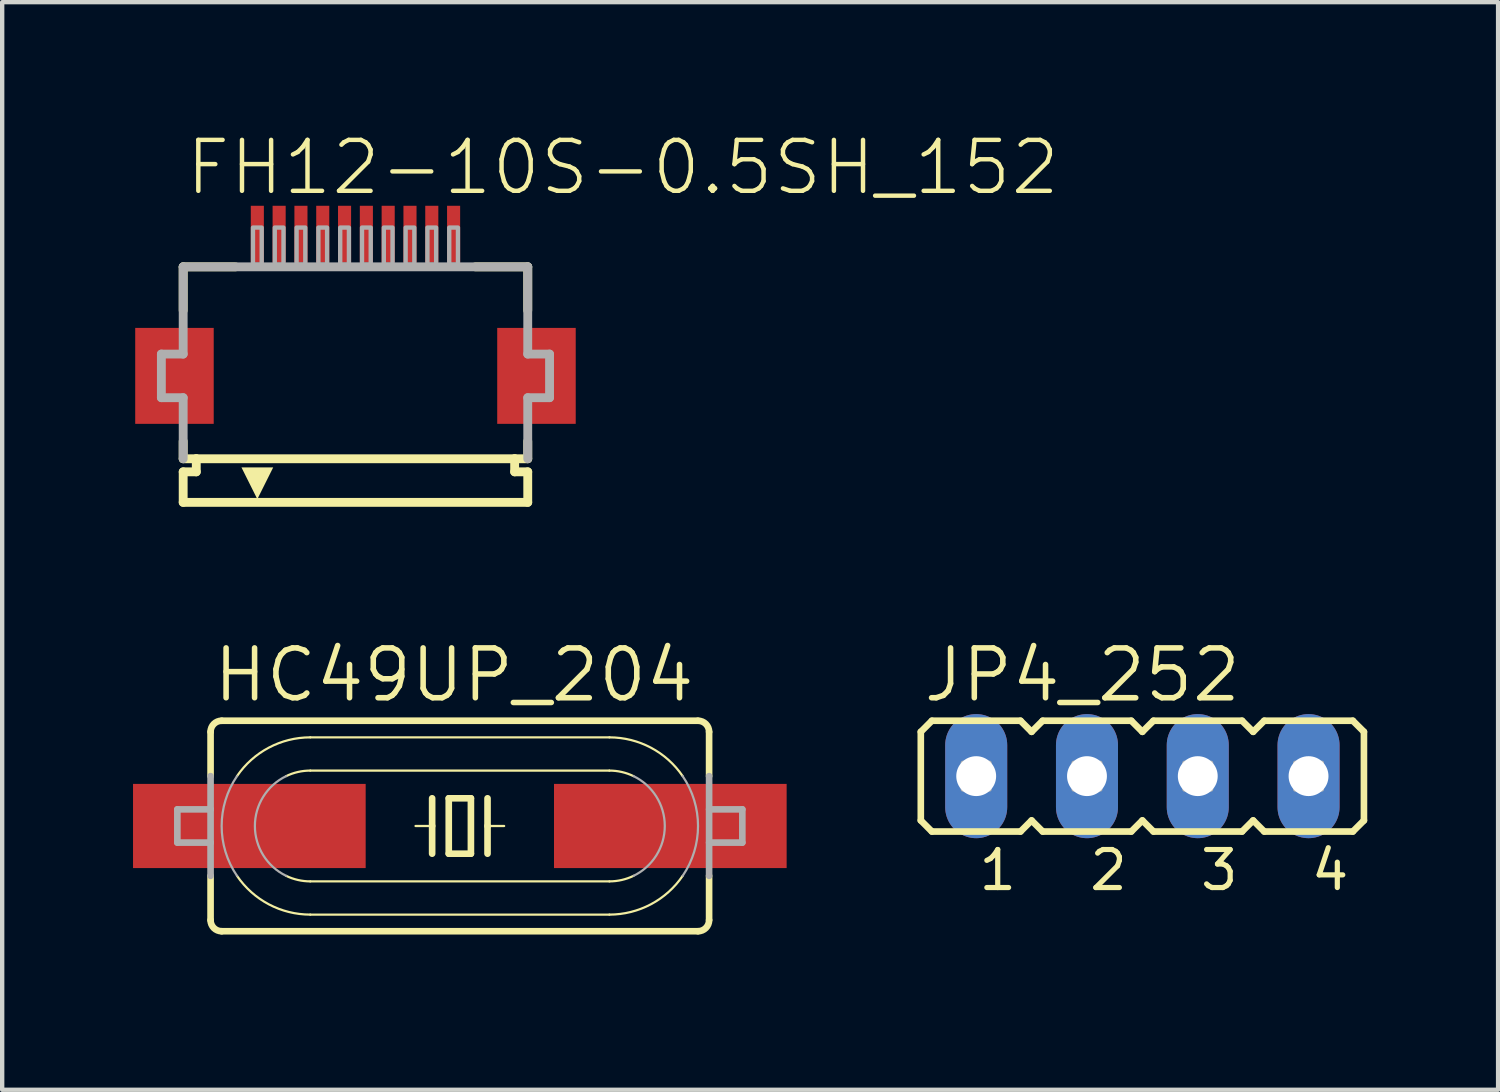
<source format=kicad_pcb>
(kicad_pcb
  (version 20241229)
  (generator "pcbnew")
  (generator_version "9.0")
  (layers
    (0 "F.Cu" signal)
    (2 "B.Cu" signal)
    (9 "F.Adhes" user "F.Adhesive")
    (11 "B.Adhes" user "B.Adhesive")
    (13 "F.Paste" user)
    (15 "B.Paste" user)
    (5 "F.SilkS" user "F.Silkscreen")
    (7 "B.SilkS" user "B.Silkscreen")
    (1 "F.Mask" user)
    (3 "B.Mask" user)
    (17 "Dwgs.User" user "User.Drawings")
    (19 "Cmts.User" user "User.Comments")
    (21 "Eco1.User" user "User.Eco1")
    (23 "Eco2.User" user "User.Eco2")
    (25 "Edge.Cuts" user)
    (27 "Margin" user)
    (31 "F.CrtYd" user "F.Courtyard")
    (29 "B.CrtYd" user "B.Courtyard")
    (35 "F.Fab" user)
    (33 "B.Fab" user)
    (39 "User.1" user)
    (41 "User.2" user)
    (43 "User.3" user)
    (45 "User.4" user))
  (footprint "FH12-10S-0.5SH_152"
    (layer "F.Cu")
    (at 5.1 5.568)
    (property "Reference" "FH12-10S-0.5SH_152" (at -3.948 -4.095 0) (unlocked yes) (layer "F.SilkS") (effects (font (size 1.168 1.168) (thickness 0.102)) (justify left bottom)))
    (fp_poly (pts (xy -3.25 -1.1) (xy -5.05 -1.1) (xy -5.05 1.1) (xy -3.25 1.1)) (stroke (width 0) (type default)) (fill yes) (layer "F.Cu"))
    (fp_poly (pts (xy 5.05 -1.1) (xy 3.25 -1.1) (xy 3.25 1.1) (xy 5.05 1.1)) (stroke (width 0) (type default)) (fill yes) (layer "F.Cu"))
    (fp_poly (pts (xy -3.2 -1.175) (xy -5.1 -1.175) (xy -5.1 1.175) (xy -3.2 1.175)) (stroke (width 0) (type default)) (fill yes) (layer "F.Mask"))
    (fp_poly (pts (xy -2.45 -2.55) (xy -2.05 -2.55) (xy -2.05 -3.95) (xy -2.45 -3.95)) (stroke (width 0) (type default)) (fill yes) (layer "F.Mask"))
    (fp_poly (pts (xy -1.95 -2.55) (xy -1.55 -2.55) (xy -1.55 -3.95) (xy -1.95 -3.95)) (stroke (width 0) (type default)) (fill yes) (layer "F.Mask"))
    (fp_poly (pts (xy -1.45 -2.55) (xy -1.05 -2.55) (xy -1.05 -3.95) (xy -1.45 -3.95)) (stroke (width 0) (type default)) (fill yes) (layer "F.Mask"))
    (fp_poly (pts (xy -0.95 -2.55) (xy -0.55 -2.55) (xy -0.55 -3.95) (xy -0.95 -3.95)) (stroke (width 0) (type default)) (fill yes) (layer "F.Mask"))
    (fp_poly (pts (xy -0.45 -2.55) (xy -0.05 -2.55) (xy -0.05 -3.95) (xy -0.45 -3.95)) (stroke (width 0) (type default)) (fill yes) (layer "F.Mask"))
    (fp_poly (pts (xy 0.05 -2.55) (xy 0.45 -2.55) (xy 0.45 -3.95) (xy 0.05 -3.95)) (stroke (width 0) (type default)) (fill yes) (layer "F.Mask"))
    (fp_poly (pts (xy 0.55 -2.55) (xy 0.95 -2.55) (xy 0.95 -3.95) (xy 0.55 -3.95)) (stroke (width 0) (type default)) (fill yes) (layer "F.Mask"))
    (fp_poly (pts (xy 1.05 -2.55) (xy 1.45 -2.55) (xy 1.45 -3.95) (xy 1.05 -3.95)) (stroke (width 0) (type default)) (fill yes) (layer "F.Mask"))
    (fp_poly (pts (xy 1.55 -2.55) (xy 1.95 -2.55) (xy 1.95 -3.95) (xy 1.55 -3.95)) (stroke (width 0) (type default)) (fill yes) (layer "F.Mask"))
    (fp_poly (pts (xy 2.05 -2.55) (xy 2.45 -2.55) (xy 2.45 -3.95) (xy 2.05 -3.95)) (stroke (width 0) (type default)) (fill yes) (layer "F.Mask"))
    (fp_poly (pts (xy 5.1 -1.175) (xy 3.2 -1.175) (xy 3.2 1.175) (xy 5.1 1.175)) (stroke (width 0) (type default)) (fill yes) (layer "F.Mask"))
    (fp_line (start -3.95 -2.5) (end -3.95 -1.5) (stroke (width 0.203) (type solid)) (layer "F.SilkS"))
    (fp_line (start -3.95 1.5) (end -3.95 1.9) (stroke (width 0.203) (type solid)) (layer "F.SilkS"))
    (fp_line (start -3.95 1.9) (end -3.65 1.9) (stroke (width 0.203) (type solid)) (layer "F.SilkS"))
    (fp_line (start -3.95 2.2) (end -3.95 2.9) (stroke (width 0.203) (type solid)) (layer "F.SilkS"))
    (fp_line (start -3.65 1.9) (end -3.65 2.2) (stroke (width 0.203) (type solid)) (layer "F.SilkS"))
    (fp_line (start -3.65 2.2) (end -3.95 2.2) (stroke (width 0.203) (type solid)) (layer "F.SilkS"))
    (fp_line (start -2.75 -2.5) (end -3.95 -2.5) (stroke (width 0.203) (type solid)) (layer "F.SilkS"))
    (fp_line (start 3.65 1.9) (end -3.65 1.9) (stroke (width 0.203) (type solid)) (layer "F.SilkS"))
    (fp_line (start 3.65 1.9) (end 3.95 1.9) (stroke (width 0.203) (type solid)) (layer "F.SilkS"))
    (fp_line (start 3.65 2.2) (end 3.65 1.9) (stroke (width 0.203) (type solid)) (layer "F.SilkS"))
    (fp_line (start 3.95 -2.5) (end 2.75 -2.5) (stroke (width 0.203) (type solid)) (layer "F.SilkS"))
    (fp_line (start 3.95 -1.5) (end 3.95 -2.5) (stroke (width 0.203) (type solid)) (layer "F.SilkS"))
    (fp_line (start 3.95 1.9) (end 3.95 1.5) (stroke (width 0.203) (type solid)) (layer "F.SilkS"))
    (fp_line (start 3.95 2.2) (end 3.65 2.2) (stroke (width 0.203) (type solid)) (layer "F.SilkS"))
    (fp_line (start 3.95 2.9) (end -3.95 2.9) (stroke (width 0.203) (type solid)) (layer "F.SilkS"))
    (fp_line (start 3.95 2.9) (end 3.95 2.2) (stroke (width 0.203) (type solid)) (layer "F.SilkS"))
    (fp_poly (pts (xy -2.25 2.827) (xy -2.614 2.098) (xy -1.886 2.098)) (stroke (width 0) (type default)) (fill yes) (layer "F.SilkS"))
    (fp_poly (pts (xy -3.325 -1.025) (xy -4.975 -1.025) (xy -4.975 1.025) (xy -3.325 1.025)) (stroke (width 0) (type default)) (fill yes) (layer "F.Paste"))
    (fp_poly (pts (xy -2.375 -2.625) (xy -2.125 -2.625) (xy -2.125 -3.875) (xy -2.375 -3.875)) (stroke (width 0) (type default)) (fill yes) (layer "F.Paste"))
    (fp_poly (pts (xy -1.875 -2.625) (xy -1.625 -2.625) (xy -1.625 -3.875) (xy -1.875 -3.875)) (stroke (width 0) (type default)) (fill yes) (layer "F.Paste"))
    (fp_poly (pts (xy -1.375 -2.625) (xy -1.125 -2.625) (xy -1.125 -3.875) (xy -1.375 -3.875)) (stroke (width 0) (type default)) (fill yes) (layer "F.Paste"))
    (fp_poly (pts (xy -0.875 -2.625) (xy -0.625 -2.625) (xy -0.625 -3.875) (xy -0.875 -3.875)) (stroke (width 0) (type default)) (fill yes) (layer "F.Paste"))
    (fp_poly (pts (xy -0.375 -2.625) (xy -0.125 -2.625) (xy -0.125 -3.875) (xy -0.375 -3.875)) (stroke (width 0) (type default)) (fill yes) (layer "F.Paste"))
    (fp_poly (pts (xy 0.125 -2.625) (xy 0.375 -2.625) (xy 0.375 -3.875) (xy 0.125 -3.875)) (stroke (width 0) (type default)) (fill yes) (layer "F.Paste"))
    (fp_poly (pts (xy 0.625 -2.625) (xy 0.875 -2.625) (xy 0.875 -3.875) (xy 0.625 -3.875)) (stroke (width 0) (type default)) (fill yes) (layer "F.Paste"))
    (fp_poly (pts (xy 1.125 -2.625) (xy 1.375 -2.625) (xy 1.375 -3.875) (xy 1.125 -3.875)) (stroke (width 0) (type default)) (fill yes) (layer "F.Paste"))
    (fp_poly (pts (xy 1.625 -2.625) (xy 1.875 -2.625) (xy 1.875 -3.875) (xy 1.625 -3.875)) (stroke (width 0) (type default)) (fill yes) (layer "F.Paste"))
    (fp_poly (pts (xy 2.125 -2.625) (xy 2.375 -2.625) (xy 2.375 -3.875) (xy 2.125 -3.875)) (stroke (width 0) (type default)) (fill yes) (layer "F.Paste"))
    (fp_poly (pts (xy 4.975 -1.025) (xy 3.325 -1.025) (xy 3.325 1.025) (xy 4.975 1.025)) (stroke (width 0) (type default)) (fill yes) (layer "F.Paste"))
    (fp_line (start -4.45 -0.5) (end -4.45 0.5) (stroke (width 0.203) (type solid)) (layer "F.Fab"))
    (fp_line (start -4.45 0.5) (end -3.95 0.5) (stroke (width 0.203) (type solid)) (layer "F.Fab"))
    (fp_line (start -3.95 -2.5) (end -3.95 -0.5) (stroke (width 0.203) (type solid)) (layer "F.Fab"))
    (fp_line (start -3.95 -0.5) (end -4.45 -0.5) (stroke (width 0.203) (type solid)) (layer "F.Fab"))
    (fp_line (start -3.95 0.5) (end -3.95 1.9) (stroke (width 0.203) (type solid)) (layer "F.Fab"))
    (fp_line (start 3.95 -2.5) (end -3.95 -2.5) (stroke (width 0.203) (type solid)) (layer "F.Fab"))
    (fp_line (start 3.95 -0.5) (end 3.95 -2.5) (stroke (width 0.203) (type solid)) (layer "F.Fab"))
    (fp_line (start 3.95 0.5) (end 4.45 0.5) (stroke (width 0.203) (type solid)) (layer "F.Fab"))
    (fp_line (start 3.95 1.9) (end 3.95 0.5) (stroke (width 0.203) (type solid)) (layer "F.Fab"))
    (fp_line (start 4.45 -0.5) (end 3.95 -0.5) (stroke (width 0.203) (type solid)) (layer "F.Fab"))
    (fp_line (start 4.45 0.5) (end 4.45 -0.5) (stroke (width 0.203) (type solid)) (layer "F.Fab"))
    (fp_poly (pts (xy -2.35 -2.55) (xy -2.15 -2.55) (xy -2.15 -3.4) (xy -2.35 -3.4)) (stroke (width 0.1) (type default)) (fill no) (layer "F.Fab"))
    (fp_poly (pts (xy -1.85 -2.55) (xy -1.65 -2.55) (xy -1.65 -3.4) (xy -1.85 -3.4)) (stroke (width 0.1) (type default)) (fill no) (layer "F.Fab"))
    (fp_poly (pts (xy -1.35 -2.55) (xy -1.15 -2.55) (xy -1.15 -3.4) (xy -1.35 -3.4)) (stroke (width 0.1) (type default)) (fill no) (layer "F.Fab"))
    (fp_poly (pts (xy -0.85 -2.55) (xy -0.65 -2.55) (xy -0.65 -3.4) (xy -0.85 -3.4)) (stroke (width 0.1) (type default)) (fill no) (layer "F.Fab"))
    (fp_poly (pts (xy -0.35 -2.55) (xy -0.15 -2.55) (xy -0.15 -3.4) (xy -0.35 -3.4)) (stroke (width 0.1) (type default)) (fill no) (layer "F.Fab"))
    (fp_poly (pts (xy 0.15 -2.55) (xy 0.35 -2.55) (xy 0.35 -3.4) (xy 0.15 -3.4)) (stroke (width 0.1) (type default)) (fill no) (layer "F.Fab"))
    (fp_poly (pts (xy 0.65 -2.55) (xy 0.85 -2.55) (xy 0.85 -3.4) (xy 0.65 -3.4)) (stroke (width 0.1) (type default)) (fill no) (layer "F.Fab"))
    (fp_poly (pts (xy 1.15 -2.55) (xy 1.35 -2.55) (xy 1.35 -3.4) (xy 1.15 -3.4)) (stroke (width 0.1) (type default)) (fill no) (layer "F.Fab"))
    (fp_poly (pts (xy 1.65 -2.55) (xy 1.85 -2.55) (xy 1.85 -3.4) (xy 1.65 -3.4)) (stroke (width 0.1) (type default)) (fill no) (layer "F.Fab"))
    (fp_poly (pts (xy 2.15 -2.55) (xy 2.35 -2.55) (xy 2.35 -3.4) (xy 2.15 -3.4)) (stroke (width 0.1) (type default)) (fill no) (layer "F.Fab"))
    (pad "1" smd rect (at -2.25 -3.25) (size 0.3 1.3) (layers "F.Cu"))
    (pad "2" smd rect (at -1.75 -3.25) (size 0.3 1.3) (layers "F.Cu"))
    (pad "3" smd rect (at -1.25 -3.25) (size 0.3 1.3) (layers "F.Cu"))
    (pad "4" smd rect (at -0.75 -3.25) (size 0.3 1.3) (layers "F.Cu"))
    (pad "5" smd rect (at -0.25 -3.25) (size 0.3 1.3) (layers "F.Cu"))
    (pad "6" smd rect (at 0.25 -3.25) (size 0.3 1.3) (layers "F.Cu"))
    (pad "7" smd rect (at 0.75 -3.25) (size 0.3 1.3) (layers "F.Cu"))
    (pad "8" smd rect (at 1.25 -3.25) (size 0.3 1.3) (layers "F.Cu"))
    (pad "9" smd rect (at 1.75 -3.25) (size 0.3 1.3) (layers "F.Cu"))
    (pad "10" smd rect (at 2.25 -3.25) (size 0.3 1.3) (layers "F.Cu")))
  (footprint "HC49UP_204"
    (layer "F.Cu")
    (at 7.493 15.888)
    (property "Reference" "HC49UP_204" (at -5.715 -2.794 0) (unlocked yes) (layer "F.SilkS") (effects (font (size 1.143 1.143) (thickness 0.127)) (justify left bottom)))
    (fp_line (start -5.715 -1.143) (end -5.715 -2.159) (stroke (width 0.152) (type solid)) (layer "F.SilkS"))
    (fp_line (start -5.715 2.159) (end -5.715 1.143) (stroke (width 0.152) (type solid)) (layer "F.SilkS"))
    (fp_line (start -3.429 -2.032) (end 3.429 -2.032) (stroke (width 0.051) (type solid)) (layer "F.SilkS"))
    (fp_line (start -3.429 -1.27) (end 3.429 -1.27) (stroke (width 0.051) (type solid)) (layer "F.SilkS"))
    (fp_line (start -0.635 -0.635) (end -0.635 0) (stroke (width 0.152) (type solid)) (layer "F.SilkS"))
    (fp_line (start -0.635 0) (end -1.016 0) (stroke (width 0.051) (type solid)) (layer "F.SilkS"))
    (fp_line (start -0.635 0) (end -0.635 0.635) (stroke (width 0.152) (type solid)) (layer "F.SilkS"))
    (fp_line (start -0.254 -0.635) (end -0.254 0.635) (stroke (width 0.152) (type solid)) (layer "F.SilkS"))
    (fp_line (start -0.254 0.635) (end 0.254 0.635) (stroke (width 0.152) (type solid)) (layer "F.SilkS"))
    (fp_line (start 0.254 -0.635) (end -0.254 -0.635) (stroke (width 0.152) (type solid)) (layer "F.SilkS"))
    (fp_line (start 0.254 0.635) (end 0.254 -0.635) (stroke (width 0.152) (type solid)) (layer "F.SilkS"))
    (fp_line (start 0.635 -0.635) (end 0.635 0) (stroke (width 0.152) (type solid)) (layer "F.SilkS"))
    (fp_line (start 0.635 0) (end 0.635 0.635) (stroke (width 0.152) (type solid)) (layer "F.SilkS"))
    (fp_line (start 0.635 0) (end 1.016 0) (stroke (width 0.051) (type solid)) (layer "F.SilkS"))
    (fp_line (start 3.429 1.27) (end -3.429 1.27) (stroke (width 0.051) (type solid)) (layer "F.SilkS"))
    (fp_line (start 3.429 2.032) (end -3.429 2.032) (stroke (width 0.051) (type solid)) (layer "F.SilkS"))
    (fp_line (start 5.461 -2.413) (end -5.461 -2.413) (stroke (width 0.152) (type solid)) (layer "F.SilkS"))
    (fp_line (start 5.461 2.413) (end -5.461 2.413) (stroke (width 0.152) (type solid)) (layer "F.SilkS"))
    (fp_line (start 5.715 -1.143) (end 5.715 -2.159) (stroke (width 0.152) (type solid)) (layer "F.SilkS"))
    (fp_line (start 5.715 2.159) (end 5.715 1.143) (stroke (width 0.152) (type solid)) (layer "F.SilkS"))
    (fp_arc (start -5.715 -2.159) (mid -5.640605 -2.338605) (end -5.461 -2.413) (stroke (width 0.1524) (type solid)) (layer "F.SilkS"))
    (fp_arc (start -5.461 2.413) (mid -5.640605 2.338605) (end -5.715 2.159) (stroke (width 0.1524) (type solid)) (layer "F.SilkS"))
    (fp_arc (start -5.1091 -1.143) (mid -4.379417 -1.796107) (end -3.429 -2.032101) (stroke (width 0.0508) (type solid)) (layer "F.SilkS"))
    (fp_arc (start -3.9826 -1.143) (mid -3.712991 -1.237845) (end -3.429 -1.27) (stroke (width 0.0508) (type solid)) (layer "F.SilkS"))
    (fp_arc (start -3.429 1.27) (mid -3.712991 1.237845) (end -3.9826 1.143) (stroke (width 0.0508) (type solid)) (layer "F.SilkS"))
    (fp_arc (start -3.429 2.032001) (mid -4.379408 1.796063) (end -5.1091 1.143) (stroke (width 0.0508) (type solid)) (layer "F.SilkS"))
    (fp_arc (start 3.429 -2.032) (mid 4.379408 -1.796062) (end 5.1091 -1.142999) (stroke (width 0.0508) (type solid)) (layer "F.SilkS"))
    (fp_arc (start 3.429 -1.27) (mid 3.712991 -1.237845) (end 3.9826 -1.143) (stroke (width 0.0508) (type solid)) (layer "F.SilkS"))
    (fp_arc (start 3.9826 1.143) (mid 3.712991 1.237845) (end 3.429 1.27) (stroke (width 0.0508) (type solid)) (layer "F.SilkS"))
    (fp_arc (start 5.109 1.142899) (mid 4.379368 1.795994) (end 3.429 2.032) (stroke (width 0.0508) (type solid)) (layer "F.SilkS"))
    (fp_arc (start 5.461 -2.413) (mid 5.640605 -2.338605) (end 5.715 -2.159) (stroke (width 0.1524) (type solid)) (layer "F.SilkS"))
    (fp_arc (start 5.715 2.159) (mid 5.640605 2.338605) (end 5.461 2.413) (stroke (width 0.1524) (type solid)) (layer "F.SilkS"))
    (fp_line (start -6.477 0.381) (end -6.477 -0.381) (stroke (width 0.152) (type solid)) (layer "F.Fab"))
    (fp_line (start -5.715 -0.381) (end -6.477 -0.381) (stroke (width 0.152) (type solid)) (layer "F.Fab"))
    (fp_line (start -5.715 -0.381) (end -5.715 -1.143) (stroke (width 0.152) (type solid)) (layer "F.Fab"))
    (fp_line (start -5.715 0.381) (end -6.477 0.381) (stroke (width 0.152) (type solid)) (layer "F.Fab"))
    (fp_line (start -5.715 0.381) (end -5.715 -0.381) (stroke (width 0.152) (type solid)) (layer "F.Fab"))
    (fp_line (start -5.715 1.143) (end -5.715 0.381) (stroke (width 0.152) (type solid)) (layer "F.Fab"))
    (fp_line (start 5.715 -0.381) (end 6.477 -0.381) (stroke (width 0.152) (type solid)) (layer "F.Fab"))
    (fp_line (start 5.715 0.381) (end 6.477 0.381) (stroke (width 0.152) (type solid)) (layer "F.Fab"))
    (fp_line (start 5.715 1.143) (end 5.715 -1.143) (stroke (width 0.152) (type solid)) (layer "F.Fab"))
    (fp_line (start 6.477 0.381) (end 6.477 -0.381) (stroke (width 0.152) (type solid)) (layer "F.Fab"))
    (fp_arc (start -5.1091 1.143) (mid -5.46104 0) (end -5.1091 -1.143) (stroke (width 0.0508) (type solid)) (layer "F.Fab"))
    (fp_arc (start -3.9826 1.143) (mid -4.699009 0) (end -3.9826 -1.143) (stroke (width 0.0508) (type solid)) (layer "F.Fab"))
    (fp_arc (start 3.9826 -1.143) (mid 4.699009 0) (end 3.9826 1.143) (stroke (width 0.0508) (type solid)) (layer "F.Fab"))
    (fp_arc (start 5.1091 -1.143) (mid 5.46104 0) (end 5.1091 1.143) (stroke (width 0.0508) (type solid)) (layer "F.Fab"))
    (pad "1" smd rect (at -4.826 0) (size 5.334 1.93) (layers "F.Cu" "F.Mask" "F.Paste"))
    (pad "2" smd rect (at 4.826 0) (size 5.334 1.93) (layers "F.Cu" "F.Mask" "F.Paste"))
    (zone (net_name "") (layers "F.Cu" "B.Cu") (hatch edge 0.5) (connect_pads) (min_thickness 0.25) (filled_areas_thickness no) (keepout (tracks allowed) (vias not_allowed) (pads allowed) (copperpour allowed) (footprints allowed)) (placement (enabled no)) (fill) (polygon (pts (xy 0.889 18.936) (xy 14.097 18.936) (xy 14.097 12.84) (xy 0.889 12.84)))))
  (footprint "JP4_252"
    (layer "F.Cu")
    (at 23.142 14.745)
    (property "Reference" "JP4_252" (at -5.08 -1.651 0) (unlocked yes) (layer "F.SilkS") (effects (font (size 1.143 1.143) (thickness 0.127)) (justify left bottom)))
    (fp_line (start -5.08 -1.016) (end -4.826 -1.27) (stroke (width 0.152) (type solid)) (layer "F.SilkS"))
    (fp_line (start -5.08 1.016) (end -5.08 -1.016) (stroke (width 0.152) (type solid)) (layer "F.SilkS"))
    (fp_line (start -5.08 1.016) (end -4.826 1.27) (stroke (width 0.152) (type solid)) (layer "F.SilkS"))
    (fp_line (start -2.794 -1.27) (end -4.826 -1.27) (stroke (width 0.152) (type solid)) (layer "F.SilkS"))
    (fp_line (start -2.794 -1.27) (end -2.54 -1.016) (stroke (width 0.152) (type solid)) (layer "F.SilkS"))
    (fp_line (start -2.794 1.27) (end -4.826 1.27) (stroke (width 0.152) (type solid)) (layer "F.SilkS"))
    (fp_line (start -2.794 1.27) (end -2.54 1.016) (stroke (width 0.152) (type solid)) (layer "F.SilkS"))
    (fp_line (start -2.54 -1.016) (end -2.286 -1.27) (stroke (width 0.152) (type solid)) (layer "F.SilkS"))
    (fp_line (start -2.54 1.016) (end -2.286 1.27) (stroke (width 0.152) (type solid)) (layer "F.SilkS"))
    (fp_line (start -0.254 -1.27) (end -2.286 -1.27) (stroke (width 0.152) (type solid)) (layer "F.SilkS"))
    (fp_line (start -0.254 -1.27) (end 0 -1.016) (stroke (width 0.152) (type solid)) (layer "F.SilkS"))
    (fp_line (start -0.254 1.27) (end -2.286 1.27) (stroke (width 0.152) (type solid)) (layer "F.SilkS"))
    (fp_line (start -0.254 1.27) (end 0 1.016) (stroke (width 0.152) (type solid)) (layer "F.SilkS"))
    (fp_line (start 0 -1.016) (end 0.254 -1.27) (stroke (width 0.152) (type solid)) (layer "F.SilkS"))
    (fp_line (start 0 1.016) (end 0.254 1.27) (stroke (width 0.152) (type solid)) (layer "F.SilkS"))
    (fp_line (start 2.286 -1.27) (end 0.254 -1.27) (stroke (width 0.152) (type solid)) (layer "F.SilkS"))
    (fp_line (start 2.286 -1.27) (end 2.54 -1.016) (stroke (width 0.152) (type solid)) (layer "F.SilkS"))
    (fp_line (start 2.286 1.27) (end 0.254 1.27) (stroke (width 0.152) (type solid)) (layer "F.SilkS"))
    (fp_line (start 2.286 1.27) (end 2.54 1.016) (stroke (width 0.152) (type solid)) (layer "F.SilkS"))
    (fp_line (start 2.54 -1.016) (end 2.794 -1.27) (stroke (width 0.152) (type solid)) (layer "F.SilkS"))
    (fp_line (start 2.54 1.016) (end 2.794 1.27) (stroke (width 0.152) (type solid)) (layer "F.SilkS"))
    (fp_line (start 4.826 -1.27) (end 2.794 -1.27) (stroke (width 0.152) (type solid)) (layer "F.SilkS"))
    (fp_line (start 4.826 -1.27) (end 5.08 -1.016) (stroke (width 0.152) (type solid)) (layer "F.SilkS"))
    (fp_line (start 4.826 1.27) (end 2.794 1.27) (stroke (width 0.152) (type solid)) (layer "F.SilkS"))
    (fp_line (start 4.826 1.27) (end 5.08 1.016) (stroke (width 0.152) (type solid)) (layer "F.SilkS"))
    (fp_line (start 5.08 -1.016) (end 5.08 1.016) (stroke (width 0.152) (type solid)) (layer "F.SilkS"))
    (fp_poly (pts (xy -4.115 0.305) (xy -3.505 0.305) (xy -3.505 -0.305) (xy -4.115 -0.305)) (stroke (width 0.1) (type default)) (fill no) (layer "F.Fab"))
    (fp_poly (pts (xy -1.575 0.305) (xy -0.965 0.305) (xy -0.965 -0.305) (xy -1.575 -0.305)) (stroke (width 0.1) (type default)) (fill no) (layer "F.Fab"))
    (fp_poly (pts (xy 0.965 0.305) (xy 1.575 0.305) (xy 1.575 -0.305) (xy 0.965 -0.305)) (stroke (width 0.1) (type default)) (fill no) (layer "F.Fab"))
    (fp_poly (pts (xy 3.505 0.305) (xy 4.115 0.305) (xy 4.115 -0.305) (xy 3.505 -0.305)) (stroke (width 0.1) (type default)) (fill no) (layer "F.Fab"))
    (fp_text user "4" (at 3.81 2.667 0) (unlocked yes) (layer "F.SilkS") (effects (font (size 0.872 0.872) (thickness 0.119)) (justify left bottom)))
    (fp_text user "1" (at -3.81 2.667 0) (unlocked yes) (layer "F.SilkS") (effects (font (size 0.872 0.872) (thickness 0.119)) (justify left bottom)))
    (fp_text user "3" (at 1.27 2.667 0) (unlocked yes) (layer "F.SilkS") (effects (font (size 0.872 0.872) (thickness 0.119)) (justify left bottom)))
    (fp_text user "2" (at -1.27 2.667 0) (unlocked yes) (layer "F.SilkS") (effects (font (size 0.872 0.872) (thickness 0.119)) (justify left bottom)))
    (pad "1" thru_hole oval (at -3.81 0 90) (size 2.845 1.422) (drill 0.914) (layers "*.Cu" "*.Mask"))
    (pad "2" thru_hole oval (at -1.27 0 90) (size 2.845 1.422) (drill 0.914) (layers "*.Cu" "*.Mask"))
    (pad "3" thru_hole oval (at 1.27 0 90) (size 2.845 1.422) (drill 0.914) (layers "*.Cu" "*.Mask"))
    (pad "4" thru_hole oval (at 3.81 0 90) (size 2.845 1.422) (drill 0.914) (layers "*.Cu" "*.Mask")))
  (gr_rect
    (start -3 -3)
    (end 31.298 21.936)
    (stroke (width 0.1) (type default))
    (fill no)
    (layer "Edge.Cuts")))
</source>
